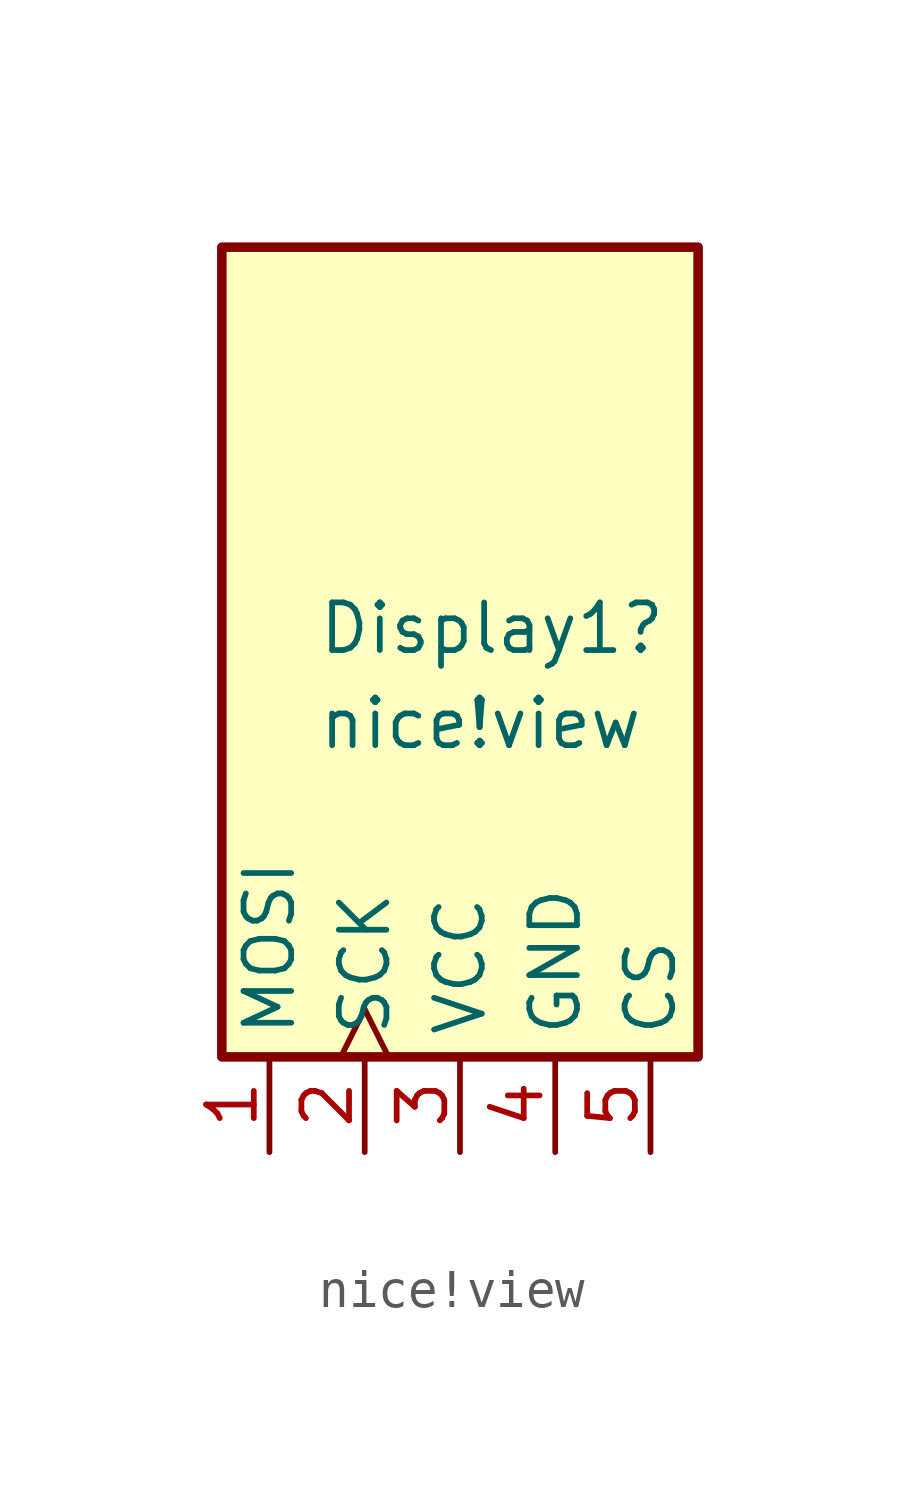
<source format=kicad_sym>
(kicad_symbol_lib
  (version 20220914)
  (generator kicad_symbol_editor)
  (symbol "nice!view"
    (property "Reference" "Display1"
      (at -3.81 1.267 0)
      (effects (font (size 1.27 1.27)) (justify left)))
    (property "Value" "nice!view"
      (at -3.81 -1.27 0)
      (effects (font (size 1.27 1.27)) (justify left)))
    (symbol "nice!view_0_1"
      (rectangle (start -6.35 11.43) (end 6.35 -10.16) (stroke (width 0.254) (type default)) (fill (type background))))
    (symbol "nice!view_1_1"
      (pin input line (at -5.08 -12.7 90) (length 2.54) (name "MOSI" (effects (font (size 1.27 1.27)))) (number "1" (effects (font (size 1.27 1.27)))))
      (pin input clock (at -2.54 -12.7 90) (length 2.54) (name "SCK" (effects (font (size 1.27 1.27)))) (number "2" (effects (font (size 1.27 1.27)))))
      (pin power_in line (at 0 -12.7 90) (length 2.54) (name "VCC" (effects (font (size 1.27 1.27)))) (number "3" (effects (font (size 1.27 1.27)))))
      (pin power_out line (at 2.54 -12.7 90) (length 2.54) (name "GND" (effects (font (size 1.27 1.27)))) (number "4" (effects (font (size 1.27 1.27)))))
      (pin passive line (at 5.08 -12.7 90) (length 2.54) (name "CS" (effects (font (size 1.27 1.27)))) (number "5" (effects (font (size 1.27 1.27))))))))
</source>
